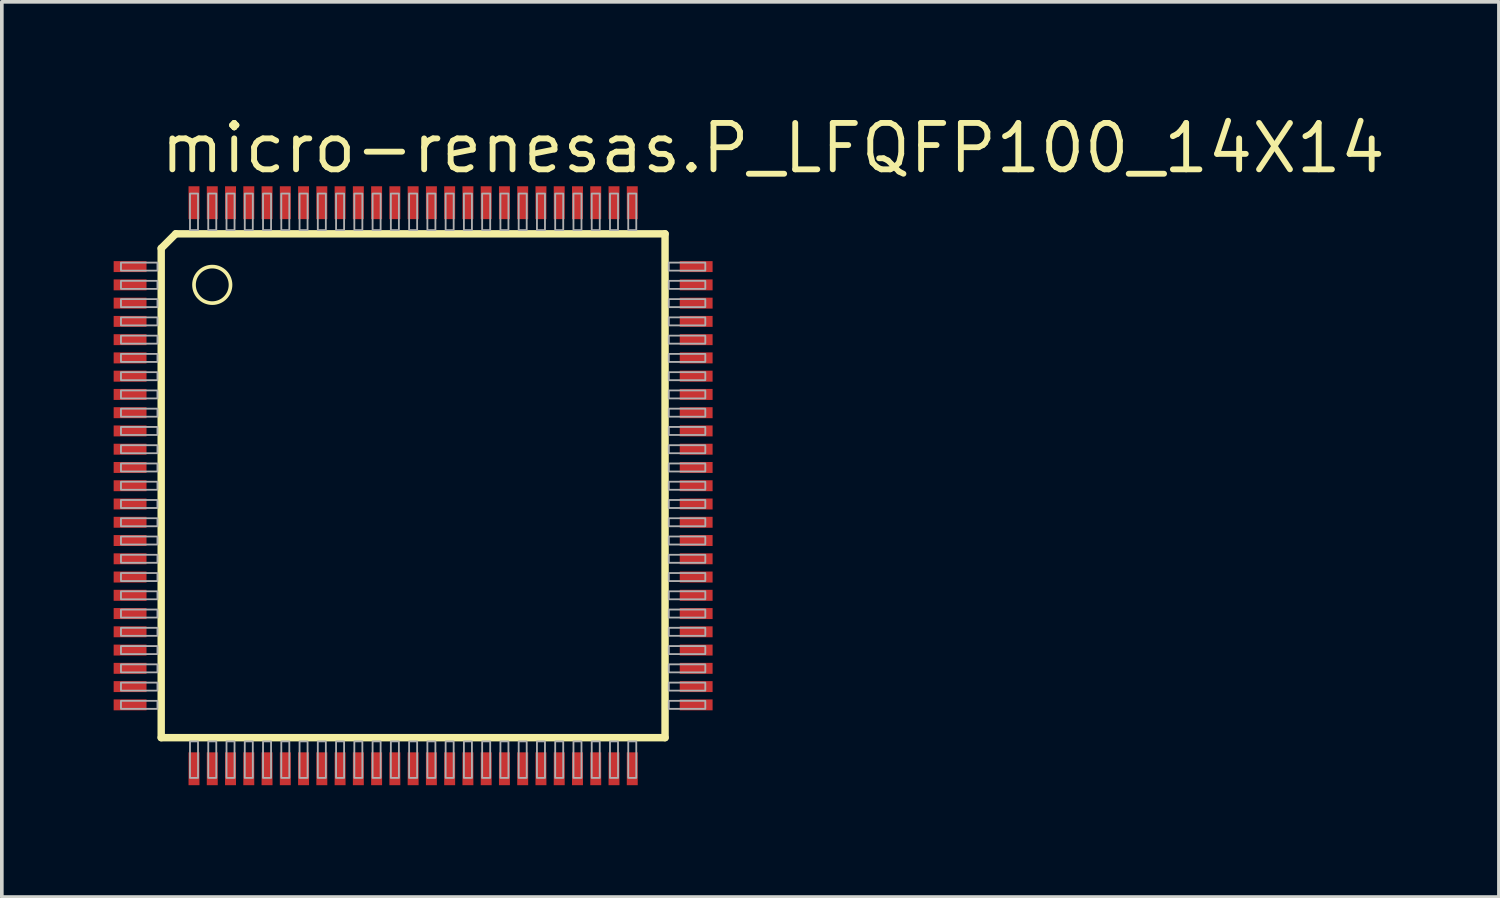
<source format=kicad_pcb>
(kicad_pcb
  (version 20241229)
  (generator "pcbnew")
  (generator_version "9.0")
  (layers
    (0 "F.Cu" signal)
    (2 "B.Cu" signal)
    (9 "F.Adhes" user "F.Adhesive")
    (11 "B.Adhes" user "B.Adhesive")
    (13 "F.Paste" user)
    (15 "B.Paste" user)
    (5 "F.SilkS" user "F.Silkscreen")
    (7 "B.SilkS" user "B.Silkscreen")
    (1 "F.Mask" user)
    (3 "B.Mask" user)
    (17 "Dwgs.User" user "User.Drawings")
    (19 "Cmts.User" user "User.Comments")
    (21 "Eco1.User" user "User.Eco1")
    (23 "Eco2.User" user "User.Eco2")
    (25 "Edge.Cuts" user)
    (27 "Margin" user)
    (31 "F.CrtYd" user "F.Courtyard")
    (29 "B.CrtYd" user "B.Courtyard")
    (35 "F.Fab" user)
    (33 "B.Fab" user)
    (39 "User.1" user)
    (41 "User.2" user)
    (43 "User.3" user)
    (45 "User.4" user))
  (footprint "micro-renesas.P_LFQFP100_14X14"
    (layer "F.Cu")
    (at 8.262 10.25)
    (property "Reference" "micro-renesas.P_LFQFP100_14X14" (at -7 -8.5 0) (layer "F.SilkS") (effects (font (size 1.27 1.27) (thickness 0.16)) (justify left bottom)))
    (attr smd)
    (fp_rect (start -8.238 -5.838) (end -7.263 -6.162) (stroke (width 0.05) (type default)) (fill yes) (layer "F.Mask"))
    (fp_rect (start -8.238 -5.338) (end -7.263 -5.662) (stroke (width 0.05) (type default)) (fill yes) (layer "F.Mask"))
    (fp_rect (start -8.238 -4.838) (end -7.263 -5.162) (stroke (width 0.05) (type default)) (fill yes) (layer "F.Mask"))
    (fp_rect (start -8.238 -4.338) (end -7.263 -4.662) (stroke (width 0.05) (type default)) (fill yes) (layer "F.Mask"))
    (fp_rect (start -8.238 -3.837) (end -7.263 -4.162) (stroke (width 0.05) (type default)) (fill yes) (layer "F.Mask"))
    (fp_rect (start -8.238 -3.337) (end -7.263 -3.663) (stroke (width 0.05) (type default)) (fill yes) (layer "F.Mask"))
    (fp_rect (start -8.238 -2.837) (end -7.263 -3.163) (stroke (width 0.05) (type default)) (fill yes) (layer "F.Mask"))
    (fp_rect (start -8.238 -2.337) (end -7.263 -2.663) (stroke (width 0.05) (type default)) (fill yes) (layer "F.Mask"))
    (fp_rect (start -8.238 -1.837) (end -7.263 -2.163) (stroke (width 0.05) (type default)) (fill yes) (layer "F.Mask"))
    (fp_rect (start -8.238 -1.337) (end -7.263 -1.663) (stroke (width 0.05) (type default)) (fill yes) (layer "F.Mask"))
    (fp_rect (start -8.238 -0.838) (end -7.263 -1.163) (stroke (width 0.05) (type default)) (fill yes) (layer "F.Mask"))
    (fp_rect (start -8.238 -0.338) (end -7.263 -0.662) (stroke (width 0.05) (type default)) (fill yes) (layer "F.Mask"))
    (fp_rect (start -8.238 0.163) (end -7.263 -0.163) (stroke (width 0.05) (type default)) (fill yes) (layer "F.Mask"))
    (fp_rect (start -8.238 0.662) (end -7.263 0.338) (stroke (width 0.05) (type default)) (fill yes) (layer "F.Mask"))
    (fp_rect (start -8.238 1.163) (end -7.263 0.838) (stroke (width 0.05) (type default)) (fill yes) (layer "F.Mask"))
    (fp_rect (start -8.238 1.663) (end -7.263 1.337) (stroke (width 0.05) (type default)) (fill yes) (layer "F.Mask"))
    (fp_rect (start -8.238 2.163) (end -7.263 1.837) (stroke (width 0.05) (type default)) (fill yes) (layer "F.Mask"))
    (fp_rect (start -8.238 2.663) (end -7.263 2.337) (stroke (width 0.05) (type default)) (fill yes) (layer "F.Mask"))
    (fp_rect (start -8.238 3.163) (end -7.263 2.837) (stroke (width 0.05) (type default)) (fill yes) (layer "F.Mask"))
    (fp_rect (start -8.238 3.663) (end -7.263 3.337) (stroke (width 0.05) (type default)) (fill yes) (layer "F.Mask"))
    (fp_rect (start -8.238 4.162) (end -7.263 3.837) (stroke (width 0.05) (type default)) (fill yes) (layer "F.Mask"))
    (fp_rect (start -8.238 4.662) (end -7.263 4.338) (stroke (width 0.05) (type default)) (fill yes) (layer "F.Mask"))
    (fp_rect (start -8.238 5.162) (end -7.263 4.838) (stroke (width 0.05) (type default)) (fill yes) (layer "F.Mask"))
    (fp_rect (start -8.238 5.662) (end -7.263 5.338) (stroke (width 0.05) (type default)) (fill yes) (layer "F.Mask"))
    (fp_rect (start -8.238 6.162) (end -7.263 5.838) (stroke (width 0.05) (type default)) (fill yes) (layer "F.Mask"))
    (fp_rect (start -6.162 -7.263) (end -5.838 -8.238) (stroke (width 0.05) (type default)) (fill yes) (layer "F.Mask"))
    (fp_rect (start -6.162 8.238) (end -5.838 7.263) (stroke (width 0.05) (type default)) (fill yes) (layer "F.Mask"))
    (fp_rect (start -5.662 -7.263) (end -5.338 -8.238) (stroke (width 0.05) (type default)) (fill yes) (layer "F.Mask"))
    (fp_rect (start -5.662 8.238) (end -5.338 7.263) (stroke (width 0.05) (type default)) (fill yes) (layer "F.Mask"))
    (fp_rect (start -5.162 -7.263) (end -4.838 -8.238) (stroke (width 0.05) (type default)) (fill yes) (layer "F.Mask"))
    (fp_rect (start -5.162 8.238) (end -4.838 7.263) (stroke (width 0.05) (type default)) (fill yes) (layer "F.Mask"))
    (fp_rect (start -4.662 -7.263) (end -4.338 -8.238) (stroke (width 0.05) (type default)) (fill yes) (layer "F.Mask"))
    (fp_rect (start -4.662 8.238) (end -4.338 7.263) (stroke (width 0.05) (type default)) (fill yes) (layer "F.Mask"))
    (fp_rect (start -4.162 -7.263) (end -3.837 -8.238) (stroke (width 0.05) (type default)) (fill yes) (layer "F.Mask"))
    (fp_rect (start -4.162 8.238) (end -3.837 7.263) (stroke (width 0.05) (type default)) (fill yes) (layer "F.Mask"))
    (fp_rect (start -3.663 -7.263) (end -3.337 -8.238) (stroke (width 0.05) (type default)) (fill yes) (layer "F.Mask"))
    (fp_rect (start -3.663 8.238) (end -3.337 7.263) (stroke (width 0.05) (type default)) (fill yes) (layer "F.Mask"))
    (fp_rect (start -3.163 -7.263) (end -2.837 -8.238) (stroke (width 0.05) (type default)) (fill yes) (layer "F.Mask"))
    (fp_rect (start -3.163 8.238) (end -2.837 7.263) (stroke (width 0.05) (type default)) (fill yes) (layer "F.Mask"))
    (fp_rect (start -2.663 -7.263) (end -2.337 -8.238) (stroke (width 0.05) (type default)) (fill yes) (layer "F.Mask"))
    (fp_rect (start -2.663 8.238) (end -2.337 7.263) (stroke (width 0.05) (type default)) (fill yes) (layer "F.Mask"))
    (fp_rect (start -2.163 -7.263) (end -1.837 -8.238) (stroke (width 0.05) (type default)) (fill yes) (layer "F.Mask"))
    (fp_rect (start -2.163 8.238) (end -1.837 7.263) (stroke (width 0.05) (type default)) (fill yes) (layer "F.Mask"))
    (fp_rect (start -1.663 -7.263) (end -1.337 -8.238) (stroke (width 0.05) (type default)) (fill yes) (layer "F.Mask"))
    (fp_rect (start -1.663 8.238) (end -1.337 7.263) (stroke (width 0.05) (type default)) (fill yes) (layer "F.Mask"))
    (fp_rect (start -1.163 -7.263) (end -0.838 -8.238) (stroke (width 0.05) (type default)) (fill yes) (layer "F.Mask"))
    (fp_rect (start -1.163 8.238) (end -0.838 7.263) (stroke (width 0.05) (type default)) (fill yes) (layer "F.Mask"))
    (fp_rect (start -0.662 -7.263) (end -0.338 -8.238) (stroke (width 0.05) (type default)) (fill yes) (layer "F.Mask"))
    (fp_rect (start -0.662 8.238) (end -0.338 7.263) (stroke (width 0.05) (type default)) (fill yes) (layer "F.Mask"))
    (fp_rect (start -0.163 -7.263) (end 0.163 -8.238) (stroke (width 0.05) (type default)) (fill yes) (layer "F.Mask"))
    (fp_rect (start -0.163 8.238) (end 0.163 7.263) (stroke (width 0.05) (type default)) (fill yes) (layer "F.Mask"))
    (fp_rect (start 0.338 -7.263) (end 0.662 -8.238) (stroke (width 0.05) (type default)) (fill yes) (layer "F.Mask"))
    (fp_rect (start 0.338 8.238) (end 0.662 7.263) (stroke (width 0.05) (type default)) (fill yes) (layer "F.Mask"))
    (fp_rect (start 0.838 -7.263) (end 1.163 -8.238) (stroke (width 0.05) (type default)) (fill yes) (layer "F.Mask"))
    (fp_rect (start 0.838 8.238) (end 1.163 7.263) (stroke (width 0.05) (type default)) (fill yes) (layer "F.Mask"))
    (fp_rect (start 1.337 -7.263) (end 1.663 -8.238) (stroke (width 0.05) (type default)) (fill yes) (layer "F.Mask"))
    (fp_rect (start 1.337 8.238) (end 1.663 7.263) (stroke (width 0.05) (type default)) (fill yes) (layer "F.Mask"))
    (fp_rect (start 1.837 -7.263) (end 2.163 -8.238) (stroke (width 0.05) (type default)) (fill yes) (layer "F.Mask"))
    (fp_rect (start 1.837 8.238) (end 2.163 7.263) (stroke (width 0.05) (type default)) (fill yes) (layer "F.Mask"))
    (fp_rect (start 2.337 -7.263) (end 2.663 -8.238) (stroke (width 0.05) (type default)) (fill yes) (layer "F.Mask"))
    (fp_rect (start 2.337 8.238) (end 2.663 7.263) (stroke (width 0.05) (type default)) (fill yes) (layer "F.Mask"))
    (fp_rect (start 2.837 -7.263) (end 3.163 -8.238) (stroke (width 0.05) (type default)) (fill yes) (layer "F.Mask"))
    (fp_rect (start 2.837 8.238) (end 3.163 7.263) (stroke (width 0.05) (type default)) (fill yes) (layer "F.Mask"))
    (fp_rect (start 3.337 -7.263) (end 3.663 -8.238) (stroke (width 0.05) (type default)) (fill yes) (layer "F.Mask"))
    (fp_rect (start 3.337 8.238) (end 3.663 7.263) (stroke (width 0.05) (type default)) (fill yes) (layer "F.Mask"))
    (fp_rect (start 3.837 -7.263) (end 4.162 -8.238) (stroke (width 0.05) (type default)) (fill yes) (layer "F.Mask"))
    (fp_rect (start 3.837 8.238) (end 4.162 7.263) (stroke (width 0.05) (type default)) (fill yes) (layer "F.Mask"))
    (fp_rect (start 4.338 -7.263) (end 4.662 -8.238) (stroke (width 0.05) (type default)) (fill yes) (layer "F.Mask"))
    (fp_rect (start 4.338 8.238) (end 4.662 7.263) (stroke (width 0.05) (type default)) (fill yes) (layer "F.Mask"))
    (fp_rect (start 4.838 -7.263) (end 5.162 -8.238) (stroke (width 0.05) (type default)) (fill yes) (layer "F.Mask"))
    (fp_rect (start 4.838 8.238) (end 5.162 7.263) (stroke (width 0.05) (type default)) (fill yes) (layer "F.Mask"))
    (fp_rect (start 5.338 -7.263) (end 5.662 -8.238) (stroke (width 0.05) (type default)) (fill yes) (layer "F.Mask"))
    (fp_rect (start 5.338 8.238) (end 5.662 7.263) (stroke (width 0.05) (type default)) (fill yes) (layer "F.Mask"))
    (fp_rect (start 5.838 -7.263) (end 6.162 -8.238) (stroke (width 0.05) (type default)) (fill yes) (layer "F.Mask"))
    (fp_rect (start 5.838 8.238) (end 6.162 7.263) (stroke (width 0.05) (type default)) (fill yes) (layer "F.Mask"))
    (fp_rect (start 7.263 -5.838) (end 8.238 -6.162) (stroke (width 0.05) (type default)) (fill yes) (layer "F.Mask"))
    (fp_rect (start 7.263 -5.338) (end 8.238 -5.662) (stroke (width 0.05) (type default)) (fill yes) (layer "F.Mask"))
    (fp_rect (start 7.263 -4.838) (end 8.238 -5.162) (stroke (width 0.05) (type default)) (fill yes) (layer "F.Mask"))
    (fp_rect (start 7.263 -4.338) (end 8.238 -4.662) (stroke (width 0.05) (type default)) (fill yes) (layer "F.Mask"))
    (fp_rect (start 7.263 -3.837) (end 8.238 -4.162) (stroke (width 0.05) (type default)) (fill yes) (layer "F.Mask"))
    (fp_rect (start 7.263 -3.337) (end 8.238 -3.663) (stroke (width 0.05) (type default)) (fill yes) (layer "F.Mask"))
    (fp_rect (start 7.263 -2.837) (end 8.238 -3.163) (stroke (width 0.05) (type default)) (fill yes) (layer "F.Mask"))
    (fp_rect (start 7.263 -2.337) (end 8.238 -2.663) (stroke (width 0.05) (type default)) (fill yes) (layer "F.Mask"))
    (fp_rect (start 7.263 -1.837) (end 8.238 -2.163) (stroke (width 0.05) (type default)) (fill yes) (layer "F.Mask"))
    (fp_rect (start 7.263 -1.337) (end 8.238 -1.663) (stroke (width 0.05) (type default)) (fill yes) (layer "F.Mask"))
    (fp_rect (start 7.263 -0.838) (end 8.238 -1.163) (stroke (width 0.05) (type default)) (fill yes) (layer "F.Mask"))
    (fp_rect (start 7.263 -0.338) (end 8.238 -0.662) (stroke (width 0.05) (type default)) (fill yes) (layer "F.Mask"))
    (fp_rect (start 7.263 0.163) (end 8.238 -0.163) (stroke (width 0.05) (type default)) (fill yes) (layer "F.Mask"))
    (fp_rect (start 7.263 0.662) (end 8.238 0.338) (stroke (width 0.05) (type default)) (fill yes) (layer "F.Mask"))
    (fp_rect (start 7.263 1.163) (end 8.238 0.838) (stroke (width 0.05) (type default)) (fill yes) (layer "F.Mask"))
    (fp_rect (start 7.263 1.663) (end 8.238 1.337) (stroke (width 0.05) (type default)) (fill yes) (layer "F.Mask"))
    (fp_rect (start 7.263 2.163) (end 8.238 1.837) (stroke (width 0.05) (type default)) (fill yes) (layer "F.Mask"))
    (fp_rect (start 7.263 2.663) (end 8.238 2.337) (stroke (width 0.05) (type default)) (fill yes) (layer "F.Mask"))
    (fp_rect (start 7.263 3.163) (end 8.238 2.837) (stroke (width 0.05) (type default)) (fill yes) (layer "F.Mask"))
    (fp_rect (start 7.263 3.663) (end 8.238 3.337) (stroke (width 0.05) (type default)) (fill yes) (layer "F.Mask"))
    (fp_rect (start 7.263 4.162) (end 8.238 3.837) (stroke (width 0.05) (type default)) (fill yes) (layer "F.Mask"))
    (fp_rect (start 7.263 4.662) (end 8.238 4.338) (stroke (width 0.05) (type default)) (fill yes) (layer "F.Mask"))
    (fp_rect (start 7.263 5.162) (end 8.238 4.838) (stroke (width 0.05) (type default)) (fill yes) (layer "F.Mask"))
    (fp_rect (start 7.263 5.662) (end 8.238 5.338) (stroke (width 0.05) (type default)) (fill yes) (layer "F.Mask"))
    (fp_rect (start 7.263 6.162) (end 8.238 5.838) (stroke (width 0.05) (type default)) (fill yes) (layer "F.Mask"))
    (fp_line (start -6.898 -6.5) (end -6.898 6.898) (stroke (width 0.203) (type default)) (layer "F.SilkS"))
    (fp_line (start -6.898 6.898) (end 6.898 6.898) (stroke (width 0.203) (type default)) (layer "F.SilkS"))
    (fp_line (start -6.5 -6.898) (end -6.898 -6.5) (stroke (width 0.203) (type default)) (layer "F.SilkS"))
    (fp_line (start 6.898 -6.898) (end -6.5 -6.898) (stroke (width 0.203) (type default)) (layer "F.SilkS"))
    (fp_line (start 6.898 6.898) (end 6.898 -6.898) (stroke (width 0.203) (type default)) (layer "F.SilkS"))
    (fp_circle (center -5.5 -5.5) (end -5 -5.5) (stroke (width 0.1) (type default)) (fill no) (layer "F.SilkS"))
    (fp_rect (start -8.175 -5.862) (end -7.325 -6.138) (stroke (width 0.05) (type default)) (fill yes) (layer "F.Paste"))
    (fp_rect (start -8.175 -5.362) (end -7.325 -5.638) (stroke (width 0.05) (type default)) (fill yes) (layer "F.Paste"))
    (fp_rect (start -8.175 -4.862) (end -7.325 -5.138) (stroke (width 0.05) (type default)) (fill yes) (layer "F.Paste"))
    (fp_rect (start -8.175 -4.362) (end -7.325 -4.638) (stroke (width 0.05) (type default)) (fill yes) (layer "F.Paste"))
    (fp_rect (start -8.175 -3.862) (end -7.325 -4.138) (stroke (width 0.05) (type default)) (fill yes) (layer "F.Paste"))
    (fp_rect (start -8.175 -3.362) (end -7.325 -3.638) (stroke (width 0.05) (type default)) (fill yes) (layer "F.Paste"))
    (fp_rect (start -8.175 -2.862) (end -7.325 -3.138) (stroke (width 0.05) (type default)) (fill yes) (layer "F.Paste"))
    (fp_rect (start -8.175 -2.362) (end -7.325 -2.638) (stroke (width 0.05) (type default)) (fill yes) (layer "F.Paste"))
    (fp_rect (start -8.175 -1.863) (end -7.325 -2.138) (stroke (width 0.05) (type default)) (fill yes) (layer "F.Paste"))
    (fp_rect (start -8.175 -1.363) (end -7.325 -1.637) (stroke (width 0.05) (type default)) (fill yes) (layer "F.Paste"))
    (fp_rect (start -8.175 -0.863) (end -7.325 -1.137) (stroke (width 0.05) (type default)) (fill yes) (layer "F.Paste"))
    (fp_rect (start -8.175 -0.362) (end -7.325 -0.637) (stroke (width 0.05) (type default)) (fill yes) (layer "F.Paste"))
    (fp_rect (start -8.175 0.138) (end -7.325 -0.138) (stroke (width 0.05) (type default)) (fill yes) (layer "F.Paste"))
    (fp_rect (start -8.175 0.637) (end -7.325 0.362) (stroke (width 0.05) (type default)) (fill yes) (layer "F.Paste"))
    (fp_rect (start -8.175 1.137) (end -7.325 0.863) (stroke (width 0.05) (type default)) (fill yes) (layer "F.Paste"))
    (fp_rect (start -8.175 1.637) (end -7.325 1.363) (stroke (width 0.05) (type default)) (fill yes) (layer "F.Paste"))
    (fp_rect (start -8.175 2.138) (end -7.325 1.863) (stroke (width 0.05) (type default)) (fill yes) (layer "F.Paste"))
    (fp_rect (start -8.175 2.638) (end -7.325 2.362) (stroke (width 0.05) (type default)) (fill yes) (layer "F.Paste"))
    (fp_rect (start -8.175 3.138) (end -7.325 2.862) (stroke (width 0.05) (type default)) (fill yes) (layer "F.Paste"))
    (fp_rect (start -8.175 3.638) (end -7.325 3.362) (stroke (width 0.05) (type default)) (fill yes) (layer "F.Paste"))
    (fp_rect (start -8.175 4.138) (end -7.325 3.862) (stroke (width 0.05) (type default)) (fill yes) (layer "F.Paste"))
    (fp_rect (start -8.175 4.638) (end -7.325 4.362) (stroke (width 0.05) (type default)) (fill yes) (layer "F.Paste"))
    (fp_rect (start -8.175 5.138) (end -7.325 4.862) (stroke (width 0.05) (type default)) (fill yes) (layer "F.Paste"))
    (fp_rect (start -8.175 5.638) (end -7.325 5.362) (stroke (width 0.05) (type default)) (fill yes) (layer "F.Paste"))
    (fp_rect (start -8.175 6.138) (end -7.325 5.862) (stroke (width 0.05) (type default)) (fill yes) (layer "F.Paste"))
    (fp_rect (start -6.138 -7.325) (end -5.862 -8.175) (stroke (width 0.05) (type default)) (fill yes) (layer "F.Paste"))
    (fp_rect (start -6.138 8.175) (end -5.862 7.325) (stroke (width 0.05) (type default)) (fill yes) (layer "F.Paste"))
    (fp_rect (start -5.638 -7.325) (end -5.362 -8.175) (stroke (width 0.05) (type default)) (fill yes) (layer "F.Paste"))
    (fp_rect (start -5.638 8.175) (end -5.362 7.325) (stroke (width 0.05) (type default)) (fill yes) (layer "F.Paste"))
    (fp_rect (start -5.138 -7.325) (end -4.862 -8.175) (stroke (width 0.05) (type default)) (fill yes) (layer "F.Paste"))
    (fp_rect (start -5.138 8.175) (end -4.862 7.325) (stroke (width 0.05) (type default)) (fill yes) (layer "F.Paste"))
    (fp_rect (start -4.638 -7.325) (end -4.362 -8.175) (stroke (width 0.05) (type default)) (fill yes) (layer "F.Paste"))
    (fp_rect (start -4.638 8.175) (end -4.362 7.325) (stroke (width 0.05) (type default)) (fill yes) (layer "F.Paste"))
    (fp_rect (start -4.138 -7.325) (end -3.862 -8.175) (stroke (width 0.05) (type default)) (fill yes) (layer "F.Paste"))
    (fp_rect (start -4.138 8.175) (end -3.862 7.325) (stroke (width 0.05) (type default)) (fill yes) (layer "F.Paste"))
    (fp_rect (start -3.638 -7.325) (end -3.362 -8.175) (stroke (width 0.05) (type default)) (fill yes) (layer "F.Paste"))
    (fp_rect (start -3.638 8.175) (end -3.362 7.325) (stroke (width 0.05) (type default)) (fill yes) (layer "F.Paste"))
    (fp_rect (start -3.138 -7.325) (end -2.862 -8.175) (stroke (width 0.05) (type default)) (fill yes) (layer "F.Paste"))
    (fp_rect (start -3.138 8.175) (end -2.862 7.325) (stroke (width 0.05) (type default)) (fill yes) (layer "F.Paste"))
    (fp_rect (start -2.638 -7.325) (end -2.362 -8.175) (stroke (width 0.05) (type default)) (fill yes) (layer "F.Paste"))
    (fp_rect (start -2.638 8.175) (end -2.362 7.325) (stroke (width 0.05) (type default)) (fill yes) (layer "F.Paste"))
    (fp_rect (start -2.138 -7.325) (end -1.863 -8.175) (stroke (width 0.05) (type default)) (fill yes) (layer "F.Paste"))
    (fp_rect (start -2.138 8.175) (end -1.863 7.325) (stroke (width 0.05) (type default)) (fill yes) (layer "F.Paste"))
    (fp_rect (start -1.637 -7.325) (end -1.363 -8.175) (stroke (width 0.05) (type default)) (fill yes) (layer "F.Paste"))
    (fp_rect (start -1.637 8.175) (end -1.363 7.325) (stroke (width 0.05) (type default)) (fill yes) (layer "F.Paste"))
    (fp_rect (start -1.137 -7.325) (end -0.863 -8.175) (stroke (width 0.05) (type default)) (fill yes) (layer "F.Paste"))
    (fp_rect (start -1.137 8.175) (end -0.863 7.325) (stroke (width 0.05) (type default)) (fill yes) (layer "F.Paste"))
    (fp_rect (start -0.637 -7.325) (end -0.362 -8.175) (stroke (width 0.05) (type default)) (fill yes) (layer "F.Paste"))
    (fp_rect (start -0.637 8.175) (end -0.362 7.325) (stroke (width 0.05) (type default)) (fill yes) (layer "F.Paste"))
    (fp_rect (start -0.138 -7.325) (end 0.138 -8.175) (stroke (width 0.05) (type default)) (fill yes) (layer "F.Paste"))
    (fp_rect (start -0.138 8.175) (end 0.138 7.325) (stroke (width 0.05) (type default)) (fill yes) (layer "F.Paste"))
    (fp_rect (start 0.362 -7.325) (end 0.637 -8.175) (stroke (width 0.05) (type default)) (fill yes) (layer "F.Paste"))
    (fp_rect (start 0.362 8.175) (end 0.637 7.325) (stroke (width 0.05) (type default)) (fill yes) (layer "F.Paste"))
    (fp_rect (start 0.863 -7.325) (end 1.137 -8.175) (stroke (width 0.05) (type default)) (fill yes) (layer "F.Paste"))
    (fp_rect (start 0.863 8.175) (end 1.137 7.325) (stroke (width 0.05) (type default)) (fill yes) (layer "F.Paste"))
    (fp_rect (start 1.363 -7.325) (end 1.637 -8.175) (stroke (width 0.05) (type default)) (fill yes) (layer "F.Paste"))
    (fp_rect (start 1.363 8.175) (end 1.637 7.325) (stroke (width 0.05) (type default)) (fill yes) (layer "F.Paste"))
    (fp_rect (start 1.863 -7.325) (end 2.138 -8.175) (stroke (width 0.05) (type default)) (fill yes) (layer "F.Paste"))
    (fp_rect (start 1.863 8.175) (end 2.138 7.325) (stroke (width 0.05) (type default)) (fill yes) (layer "F.Paste"))
    (fp_rect (start 2.362 -7.325) (end 2.638 -8.175) (stroke (width 0.05) (type default)) (fill yes) (layer "F.Paste"))
    (fp_rect (start 2.362 8.175) (end 2.638 7.325) (stroke (width 0.05) (type default)) (fill yes) (layer "F.Paste"))
    (fp_rect (start 2.862 -7.325) (end 3.138 -8.175) (stroke (width 0.05) (type default)) (fill yes) (layer "F.Paste"))
    (fp_rect (start 2.862 8.175) (end 3.138 7.325) (stroke (width 0.05) (type default)) (fill yes) (layer "F.Paste"))
    (fp_rect (start 3.362 -7.325) (end 3.638 -8.175) (stroke (width 0.05) (type default)) (fill yes) (layer "F.Paste"))
    (fp_rect (start 3.362 8.175) (end 3.638 7.325) (stroke (width 0.05) (type default)) (fill yes) (layer "F.Paste"))
    (fp_rect (start 3.862 -7.325) (end 4.138 -8.175) (stroke (width 0.05) (type default)) (fill yes) (layer "F.Paste"))
    (fp_rect (start 3.862 8.175) (end 4.138 7.325) (stroke (width 0.05) (type default)) (fill yes) (layer "F.Paste"))
    (fp_rect (start 4.362 -7.325) (end 4.638 -8.175) (stroke (width 0.05) (type default)) (fill yes) (layer "F.Paste"))
    (fp_rect (start 4.362 8.175) (end 4.638 7.325) (stroke (width 0.05) (type default)) (fill yes) (layer "F.Paste"))
    (fp_rect (start 4.862 -7.325) (end 5.138 -8.175) (stroke (width 0.05) (type default)) (fill yes) (layer "F.Paste"))
    (fp_rect (start 4.862 8.175) (end 5.138 7.325) (stroke (width 0.05) (type default)) (fill yes) (layer "F.Paste"))
    (fp_rect (start 5.362 -7.325) (end 5.638 -8.175) (stroke (width 0.05) (type default)) (fill yes) (layer "F.Paste"))
    (fp_rect (start 5.362 8.175) (end 5.638 7.325) (stroke (width 0.05) (type default)) (fill yes) (layer "F.Paste"))
    (fp_rect (start 5.862 -7.325) (end 6.138 -8.175) (stroke (width 0.05) (type default)) (fill yes) (layer "F.Paste"))
    (fp_rect (start 5.862 8.175) (end 6.138 7.325) (stroke (width 0.05) (type default)) (fill yes) (layer "F.Paste"))
    (fp_rect (start 7.325 -5.862) (end 8.175 -6.138) (stroke (width 0.05) (type default)) (fill yes) (layer "F.Paste"))
    (fp_rect (start 7.325 -5.362) (end 8.175 -5.638) (stroke (width 0.05) (type default)) (fill yes) (layer "F.Paste"))
    (fp_rect (start 7.325 -4.862) (end 8.175 -5.138) (stroke (width 0.05) (type default)) (fill yes) (layer "F.Paste"))
    (fp_rect (start 7.325 -4.362) (end 8.175 -4.638) (stroke (width 0.05) (type default)) (fill yes) (layer "F.Paste"))
    (fp_rect (start 7.325 -3.862) (end 8.175 -4.138) (stroke (width 0.05) (type default)) (fill yes) (layer "F.Paste"))
    (fp_rect (start 7.325 -3.362) (end 8.175 -3.638) (stroke (width 0.05) (type default)) (fill yes) (layer "F.Paste"))
    (fp_rect (start 7.325 -2.862) (end 8.175 -3.138) (stroke (width 0.05) (type default)) (fill yes) (layer "F.Paste"))
    (fp_rect (start 7.325 -2.362) (end 8.175 -2.638) (stroke (width 0.05) (type default)) (fill yes) (layer "F.Paste"))
    (fp_rect (start 7.325 -1.863) (end 8.175 -2.138) (stroke (width 0.05) (type default)) (fill yes) (layer "F.Paste"))
    (fp_rect (start 7.325 -1.363) (end 8.175 -1.637) (stroke (width 0.05) (type default)) (fill yes) (layer "F.Paste"))
    (fp_rect (start 7.325 -0.863) (end 8.175 -1.137) (stroke (width 0.05) (type default)) (fill yes) (layer "F.Paste"))
    (fp_rect (start 7.325 -0.362) (end 8.175 -0.637) (stroke (width 0.05) (type default)) (fill yes) (layer "F.Paste"))
    (fp_rect (start 7.325 0.138) (end 8.175 -0.138) (stroke (width 0.05) (type default)) (fill yes) (layer "F.Paste"))
    (fp_rect (start 7.325 0.637) (end 8.175 0.362) (stroke (width 0.05) (type default)) (fill yes) (layer "F.Paste"))
    (fp_rect (start 7.325 1.137) (end 8.175 0.863) (stroke (width 0.05) (type default)) (fill yes) (layer "F.Paste"))
    (fp_rect (start 7.325 1.637) (end 8.175 1.363) (stroke (width 0.05) (type default)) (fill yes) (layer "F.Paste"))
    (fp_rect (start 7.325 2.138) (end 8.175 1.863) (stroke (width 0.05) (type default)) (fill yes) (layer "F.Paste"))
    (fp_rect (start 7.325 2.638) (end 8.175 2.362) (stroke (width 0.05) (type default)) (fill yes) (layer "F.Paste"))
    (fp_rect (start 7.325 3.138) (end 8.175 2.862) (stroke (width 0.05) (type default)) (fill yes) (layer "F.Paste"))
    (fp_rect (start 7.325 3.638) (end 8.175 3.362) (stroke (width 0.05) (type default)) (fill yes) (layer "F.Paste"))
    (fp_rect (start 7.325 4.138) (end 8.175 3.862) (stroke (width 0.05) (type default)) (fill yes) (layer "F.Paste"))
    (fp_rect (start 7.325 4.638) (end 8.175 4.362) (stroke (width 0.05) (type default)) (fill yes) (layer "F.Paste"))
    (fp_rect (start 7.325 5.138) (end 8.175 4.862) (stroke (width 0.05) (type default)) (fill yes) (layer "F.Paste"))
    (fp_rect (start 7.325 5.638) (end 8.175 5.362) (stroke (width 0.05) (type default)) (fill yes) (layer "F.Paste"))
    (fp_rect (start 7.325 6.138) (end 8.175 5.862) (stroke (width 0.05) (type default)) (fill yes) (layer "F.Paste"))
    (fp_rect (start -8 -5.89) (end -7 -6.11) (stroke (width 0.05) (type default)) (fill no) (layer "F.Fab"))
    (fp_rect (start -8 -5.39) (end -7 -5.61) (stroke (width 0.05) (type default)) (fill no) (layer "F.Fab"))
    (fp_rect (start -8 -4.89) (end -7 -5.11) (stroke (width 0.05) (type default)) (fill no) (layer "F.Fab"))
    (fp_rect (start -8 -4.39) (end -7 -4.61) (stroke (width 0.05) (type default)) (fill no) (layer "F.Fab"))
    (fp_rect (start -8 -3.89) (end -7 -4.11) (stroke (width 0.05) (type default)) (fill no) (layer "F.Fab"))
    (fp_rect (start -8 -3.39) (end -7 -3.61) (stroke (width 0.05) (type default)) (fill no) (layer "F.Fab"))
    (fp_rect (start -8 -2.89) (end -7 -3.11) (stroke (width 0.05) (type default)) (fill no) (layer "F.Fab"))
    (fp_rect (start -8 -2.39) (end -7 -2.61) (stroke (width 0.05) (type default)) (fill no) (layer "F.Fab"))
    (fp_rect (start -8 -1.89) (end -7 -2.11) (stroke (width 0.05) (type default)) (fill no) (layer "F.Fab"))
    (fp_rect (start -8 -1.39) (end -7 -1.61) (stroke (width 0.05) (type default)) (fill no) (layer "F.Fab"))
    (fp_rect (start -8 -0.89) (end -7 -1.11) (stroke (width 0.05) (type default)) (fill no) (layer "F.Fab"))
    (fp_rect (start -8 -0.39) (end -7 -0.61) (stroke (width 0.05) (type default)) (fill no) (layer "F.Fab"))
    (fp_rect (start -8 0.11) (end -7 -0.11) (stroke (width 0.05) (type default)) (fill no) (layer "F.Fab"))
    (fp_rect (start -8 0.61) (end -7 0.39) (stroke (width 0.05) (type default)) (fill no) (layer "F.Fab"))
    (fp_rect (start -8 1.11) (end -7 0.89) (stroke (width 0.05) (type default)) (fill no) (layer "F.Fab"))
    (fp_rect (start -8 1.61) (end -7 1.39) (stroke (width 0.05) (type default)) (fill no) (layer "F.Fab"))
    (fp_rect (start -8 2.11) (end -7 1.89) (stroke (width 0.05) (type default)) (fill no) (layer "F.Fab"))
    (fp_rect (start -8 2.61) (end -7 2.39) (stroke (width 0.05) (type default)) (fill no) (layer "F.Fab"))
    (fp_rect (start -8 3.11) (end -7 2.89) (stroke (width 0.05) (type default)) (fill no) (layer "F.Fab"))
    (fp_rect (start -8 3.61) (end -7 3.39) (stroke (width 0.05) (type default)) (fill no) (layer "F.Fab"))
    (fp_rect (start -8 4.11) (end -7 3.89) (stroke (width 0.05) (type default)) (fill no) (layer "F.Fab"))
    (fp_rect (start -8 4.61) (end -7 4.39) (stroke (width 0.05) (type default)) (fill no) (layer "F.Fab"))
    (fp_rect (start -8 5.11) (end -7 4.89) (stroke (width 0.05) (type default)) (fill no) (layer "F.Fab"))
    (fp_rect (start -8 5.61) (end -7 5.39) (stroke (width 0.05) (type default)) (fill no) (layer "F.Fab"))
    (fp_rect (start -8 6.11) (end -7 5.89) (stroke (width 0.05) (type default)) (fill no) (layer "F.Fab"))
    (fp_rect (start -6.11 -7) (end -5.89 -8) (stroke (width 0.05) (type default)) (fill no) (layer "F.Fab"))
    (fp_rect (start -6.11 8) (end -5.89 7) (stroke (width 0.05) (type default)) (fill no) (layer "F.Fab"))
    (fp_rect (start -5.61 -7) (end -5.39 -8) (stroke (width 0.05) (type default)) (fill no) (layer "F.Fab"))
    (fp_rect (start -5.61 8) (end -5.39 7) (stroke (width 0.05) (type default)) (fill no) (layer "F.Fab"))
    (fp_rect (start -5.11 -7) (end -4.89 -8) (stroke (width 0.05) (type default)) (fill no) (layer "F.Fab"))
    (fp_rect (start -5.11 8) (end -4.89 7) (stroke (width 0.05) (type default)) (fill no) (layer "F.Fab"))
    (fp_rect (start -4.61 -7) (end -4.39 -8) (stroke (width 0.05) (type default)) (fill no) (layer "F.Fab"))
    (fp_rect (start -4.61 8) (end -4.39 7) (stroke (width 0.05) (type default)) (fill no) (layer "F.Fab"))
    (fp_rect (start -4.11 -7) (end -3.89 -8) (stroke (width 0.05) (type default)) (fill no) (layer "F.Fab"))
    (fp_rect (start -4.11 8) (end -3.89 7) (stroke (width 0.05) (type default)) (fill no) (layer "F.Fab"))
    (fp_rect (start -3.61 -7) (end -3.39 -8) (stroke (width 0.05) (type default)) (fill no) (layer "F.Fab"))
    (fp_rect (start -3.61 8) (end -3.39 7) (stroke (width 0.05) (type default)) (fill no) (layer "F.Fab"))
    (fp_rect (start -3.11 -7) (end -2.89 -8) (stroke (width 0.05) (type default)) (fill no) (layer "F.Fab"))
    (fp_rect (start -3.11 8) (end -2.89 7) (stroke (width 0.05) (type default)) (fill no) (layer "F.Fab"))
    (fp_rect (start -2.61 -7) (end -2.39 -8) (stroke (width 0.05) (type default)) (fill no) (layer "F.Fab"))
    (fp_rect (start -2.61 8) (end -2.39 7) (stroke (width 0.05) (type default)) (fill no) (layer "F.Fab"))
    (fp_rect (start -2.11 -7) (end -1.89 -8) (stroke (width 0.05) (type default)) (fill no) (layer "F.Fab"))
    (fp_rect (start -2.11 8) (end -1.89 7) (stroke (width 0.05) (type default)) (fill no) (layer "F.Fab"))
    (fp_rect (start -1.61 -7) (end -1.39 -8) (stroke (width 0.05) (type default)) (fill no) (layer "F.Fab"))
    (fp_rect (start -1.61 8) (end -1.39 7) (stroke (width 0.05) (type default)) (fill no) (layer "F.Fab"))
    (fp_rect (start -1.11 -7) (end -0.89 -8) (stroke (width 0.05) (type default)) (fill no) (layer "F.Fab"))
    (fp_rect (start -1.11 8) (end -0.89 7) (stroke (width 0.05) (type default)) (fill no) (layer "F.Fab"))
    (fp_rect (start -0.61 -7) (end -0.39 -8) (stroke (width 0.05) (type default)) (fill no) (layer "F.Fab"))
    (fp_rect (start -0.61 8) (end -0.39 7) (stroke (width 0.05) (type default)) (fill no) (layer "F.Fab"))
    (fp_rect (start -0.11 -7) (end 0.11 -8) (stroke (width 0.05) (type default)) (fill no) (layer "F.Fab"))
    (fp_rect (start -0.11 8) (end 0.11 7) (stroke (width 0.05) (type default)) (fill no) (layer "F.Fab"))
    (fp_rect (start 0.39 -7) (end 0.61 -8) (stroke (width 0.05) (type default)) (fill no) (layer "F.Fab"))
    (fp_rect (start 0.39 8) (end 0.61 7) (stroke (width 0.05) (type default)) (fill no) (layer "F.Fab"))
    (fp_rect (start 0.89 -7) (end 1.11 -8) (stroke (width 0.05) (type default)) (fill no) (layer "F.Fab"))
    (fp_rect (start 0.89 8) (end 1.11 7) (stroke (width 0.05) (type default)) (fill no) (layer "F.Fab"))
    (fp_rect (start 1.39 -7) (end 1.61 -8) (stroke (width 0.05) (type default)) (fill no) (layer "F.Fab"))
    (fp_rect (start 1.39 8) (end 1.61 7) (stroke (width 0.05) (type default)) (fill no) (layer "F.Fab"))
    (fp_rect (start 1.89 -7) (end 2.11 -8) (stroke (width 0.05) (type default)) (fill no) (layer "F.Fab"))
    (fp_rect (start 1.89 8) (end 2.11 7) (stroke (width 0.05) (type default)) (fill no) (layer "F.Fab"))
    (fp_rect (start 2.39 -7) (end 2.61 -8) (stroke (width 0.05) (type default)) (fill no) (layer "F.Fab"))
    (fp_rect (start 2.39 8) (end 2.61 7) (stroke (width 0.05) (type default)) (fill no) (layer "F.Fab"))
    (fp_rect (start 2.89 -7) (end 3.11 -8) (stroke (width 0.05) (type default)) (fill no) (layer "F.Fab"))
    (fp_rect (start 2.89 8) (end 3.11 7) (stroke (width 0.05) (type default)) (fill no) (layer "F.Fab"))
    (fp_rect (start 3.39 -7) (end 3.61 -8) (stroke (width 0.05) (type default)) (fill no) (layer "F.Fab"))
    (fp_rect (start 3.39 8) (end 3.61 7) (stroke (width 0.05) (type default)) (fill no) (layer "F.Fab"))
    (fp_rect (start 3.89 -7) (end 4.11 -8) (stroke (width 0.05) (type default)) (fill no) (layer "F.Fab"))
    (fp_rect (start 3.89 8) (end 4.11 7) (stroke (width 0.05) (type default)) (fill no) (layer "F.Fab"))
    (fp_rect (start 4.39 -7) (end 4.61 -8) (stroke (width 0.05) (type default)) (fill no) (layer "F.Fab"))
    (fp_rect (start 4.39 8) (end 4.61 7) (stroke (width 0.05) (type default)) (fill no) (layer "F.Fab"))
    (fp_rect (start 4.89 -7) (end 5.11 -8) (stroke (width 0.05) (type default)) (fill no) (layer "F.Fab"))
    (fp_rect (start 4.89 8) (end 5.11 7) (stroke (width 0.05) (type default)) (fill no) (layer "F.Fab"))
    (fp_rect (start 5.39 -7) (end 5.61 -8) (stroke (width 0.05) (type default)) (fill no) (layer "F.Fab"))
    (fp_rect (start 5.39 8) (end 5.61 7) (stroke (width 0.05) (type default)) (fill no) (layer "F.Fab"))
    (fp_rect (start 5.89 -7) (end 6.11 -8) (stroke (width 0.05) (type default)) (fill no) (layer "F.Fab"))
    (fp_rect (start 5.89 8) (end 6.11 7) (stroke (width 0.05) (type default)) (fill no) (layer "F.Fab"))
    (fp_rect (start 7 -5.89) (end 8 -6.11) (stroke (width 0.05) (type default)) (fill no) (layer "F.Fab"))
    (fp_rect (start 7 -5.39) (end 8 -5.61) (stroke (width 0.05) (type default)) (fill no) (layer "F.Fab"))
    (fp_rect (start 7 -4.89) (end 8 -5.11) (stroke (width 0.05) (type default)) (fill no) (layer "F.Fab"))
    (fp_rect (start 7 -4.39) (end 8 -4.61) (stroke (width 0.05) (type default)) (fill no) (layer "F.Fab"))
    (fp_rect (start 7 -3.89) (end 8 -4.11) (stroke (width 0.05) (type default)) (fill no) (layer "F.Fab"))
    (fp_rect (start 7 -3.39) (end 8 -3.61) (stroke (width 0.05) (type default)) (fill no) (layer "F.Fab"))
    (fp_rect (start 7 -2.89) (end 8 -3.11) (stroke (width 0.05) (type default)) (fill no) (layer "F.Fab"))
    (fp_rect (start 7 -2.39) (end 8 -2.61) (stroke (width 0.05) (type default)) (fill no) (layer "F.Fab"))
    (fp_rect (start 7 -1.89) (end 8 -2.11) (stroke (width 0.05) (type default)) (fill no) (layer "F.Fab"))
    (fp_rect (start 7 -1.39) (end 8 -1.61) (stroke (width 0.05) (type default)) (fill no) (layer "F.Fab"))
    (fp_rect (start 7 -0.89) (end 8 -1.11) (stroke (width 0.05) (type default)) (fill no) (layer "F.Fab"))
    (fp_rect (start 7 -0.39) (end 8 -0.61) (stroke (width 0.05) (type default)) (fill no) (layer "F.Fab"))
    (fp_rect (start 7 0.11) (end 8 -0.11) (stroke (width 0.05) (type default)) (fill no) (layer "F.Fab"))
    (fp_rect (start 7 0.61) (end 8 0.39) (stroke (width 0.05) (type default)) (fill no) (layer "F.Fab"))
    (fp_rect (start 7 1.11) (end 8 0.89) (stroke (width 0.05) (type default)) (fill no) (layer "F.Fab"))
    (fp_rect (start 7 1.61) (end 8 1.39) (stroke (width 0.05) (type default)) (fill no) (layer "F.Fab"))
    (fp_rect (start 7 2.11) (end 8 1.89) (stroke (width 0.05) (type default)) (fill no) (layer "F.Fab"))
    (fp_rect (start 7 2.61) (end 8 2.39) (stroke (width 0.05) (type default)) (fill no) (layer "F.Fab"))
    (fp_rect (start 7 3.11) (end 8 2.89) (stroke (width 0.05) (type default)) (fill no) (layer "F.Fab"))
    (fp_rect (start 7 3.61) (end 8 3.39) (stroke (width 0.05) (type default)) (fill no) (layer "F.Fab"))
    (fp_rect (start 7 4.11) (end 8 3.89) (stroke (width 0.05) (type default)) (fill no) (layer "F.Fab"))
    (fp_rect (start 7 4.61) (end 8 4.39) (stroke (width 0.05) (type default)) (fill no) (layer "F.Fab"))
    (fp_rect (start 7 5.11) (end 8 4.89) (stroke (width 0.05) (type default)) (fill no) (layer "F.Fab"))
    (fp_rect (start 7 5.61) (end 8 5.39) (stroke (width 0.05) (type default)) (fill no) (layer "F.Fab"))
    (fp_rect (start 7 6.11) (end 8 5.89) (stroke (width 0.05) (type default)) (fill no) (layer "F.Fab"))
    (pad "1" smd roundrect (at -7.75 -6) (size 0.9 0.3) (layers "F.Cu" "F.Mask" "F.Paste") (roundrect_rratio 0.01))
    (pad "2" smd roundrect (at -7.75 -5.5) (size 0.9 0.3) (layers "F.Cu" "F.Mask" "F.Paste") (roundrect_rratio 0.01))
    (pad "3" smd roundrect (at -7.75 -5) (size 0.9 0.3) (layers "F.Cu" "F.Mask" "F.Paste") (roundrect_rratio 0.01))
    (pad "4" smd roundrect (at -7.75 -4.5) (size 0.9 0.3) (layers "F.Cu" "F.Mask" "F.Paste") (roundrect_rratio 0.01))
    (pad "5" smd roundrect (at -7.75 -4) (size 0.9 0.3) (layers "F.Cu" "F.Mask" "F.Paste") (roundrect_rratio 0.01))
    (pad "6" smd roundrect (at -7.75 -3.5) (size 0.9 0.3) (layers "F.Cu" "F.Mask" "F.Paste") (roundrect_rratio 0.01))
    (pad "7" smd roundrect (at -7.75 -3) (size 0.9 0.3) (layers "F.Cu" "F.Mask" "F.Paste") (roundrect_rratio 0.01))
    (pad "8" smd roundrect (at -7.75 -2.5) (size 0.9 0.3) (layers "F.Cu" "F.Mask" "F.Paste") (roundrect_rratio 0.01))
    (pad "9" smd roundrect (at -7.75 -2) (size 0.9 0.3) (layers "F.Cu" "F.Mask" "F.Paste") (roundrect_rratio 0.01))
    (pad "10" smd roundrect (at -7.75 -1.5) (size 0.9 0.3) (layers "F.Cu" "F.Mask" "F.Paste") (roundrect_rratio 0.01))
    (pad "11" smd roundrect (at -7.75 -1) (size 0.9 0.3) (layers "F.Cu" "F.Mask" "F.Paste") (roundrect_rratio 0.01))
    (pad "12" smd roundrect (at -7.75 -0.5) (size 0.9 0.3) (layers "F.Cu" "F.Mask" "F.Paste") (roundrect_rratio 0.01))
    (pad "13" smd roundrect (at -7.75 0) (size 0.9 0.3) (layers "F.Cu" "F.Mask" "F.Paste") (roundrect_rratio 0.01))
    (pad "14" smd roundrect (at -7.75 0.5) (size 0.9 0.3) (layers "F.Cu" "F.Mask" "F.Paste") (roundrect_rratio 0.01))
    (pad "15" smd roundrect (at -7.75 1) (size 0.9 0.3) (layers "F.Cu" "F.Mask" "F.Paste") (roundrect_rratio 0.01))
    (pad "16" smd roundrect (at -7.75 1.5) (size 0.9 0.3) (layers "F.Cu" "F.Mask" "F.Paste") (roundrect_rratio 0.01))
    (pad "17" smd roundrect (at -7.75 2) (size 0.9 0.3) (layers "F.Cu" "F.Mask" "F.Paste") (roundrect_rratio 0.01))
    (pad "18" smd roundrect (at -7.75 2.5) (size 0.9 0.3) (layers "F.Cu" "F.Mask" "F.Paste") (roundrect_rratio 0.01))
    (pad "19" smd roundrect (at -7.75 3) (size 0.9 0.3) (layers "F.Cu" "F.Mask" "F.Paste") (roundrect_rratio 0.01))
    (pad "20" smd roundrect (at -7.75 3.5) (size 0.9 0.3) (layers "F.Cu" "F.Mask" "F.Paste") (roundrect_rratio 0.01))
    (pad "21" smd roundrect (at -7.75 4) (size 0.9 0.3) (layers "F.Cu" "F.Mask" "F.Paste") (roundrect_rratio 0.01))
    (pad "22" smd roundrect (at -7.75 4.5) (size 0.9 0.3) (layers "F.Cu" "F.Mask" "F.Paste") (roundrect_rratio 0.01))
    (pad "23" smd roundrect (at -7.75 5) (size 0.9 0.3) (layers "F.Cu" "F.Mask" "F.Paste") (roundrect_rratio 0.01))
    (pad "24" smd roundrect (at -7.75 5.5) (size 0.9 0.3) (layers "F.Cu" "F.Mask" "F.Paste") (roundrect_rratio 0.01))
    (pad "25" smd roundrect (at -7.75 6) (size 0.9 0.3) (layers "F.Cu" "F.Mask" "F.Paste") (roundrect_rratio 0.01))
    (pad "26" smd roundrect (at -6 7.75) (size 0.3 0.9) (layers "F.Cu" "F.Mask" "F.Paste") (roundrect_rratio 0.01))
    (pad "27" smd roundrect (at -5.5 7.75) (size 0.3 0.9) (layers "F.Cu" "F.Mask" "F.Paste") (roundrect_rratio 0.01))
    (pad "28" smd roundrect (at -5 7.75) (size 0.3 0.9) (layers "F.Cu" "F.Mask" "F.Paste") (roundrect_rratio 0.01))
    (pad "29" smd roundrect (at -4.5 7.75) (size 0.3 0.9) (layers "F.Cu" "F.Mask" "F.Paste") (roundrect_rratio 0.01))
    (pad "30" smd roundrect (at -4 7.75) (size 0.3 0.9) (layers "F.Cu" "F.Mask" "F.Paste") (roundrect_rratio 0.01))
    (pad "31" smd roundrect (at -3.5 7.75) (size 0.3 0.9) (layers "F.Cu" "F.Mask" "F.Paste") (roundrect_rratio 0.01))
    (pad "32" smd roundrect (at -3 7.75) (size 0.3 0.9) (layers "F.Cu" "F.Mask" "F.Paste") (roundrect_rratio 0.01))
    (pad "33" smd roundrect (at -2.5 7.75) (size 0.3 0.9) (layers "F.Cu" "F.Mask" "F.Paste") (roundrect_rratio 0.01))
    (pad "34" smd roundrect (at -2 7.75) (size 0.3 0.9) (layers "F.Cu" "F.Mask" "F.Paste") (roundrect_rratio 0.01))
    (pad "35" smd roundrect (at -1.5 7.75) (size 0.3 0.9) (layers "F.Cu" "F.Mask" "F.Paste") (roundrect_rratio 0.01))
    (pad "36" smd roundrect (at -1 7.75) (size 0.3 0.9) (layers "F.Cu" "F.Mask" "F.Paste") (roundrect_rratio 0.01))
    (pad "37" smd roundrect (at -0.5 7.75) (size 0.3 0.9) (layers "F.Cu" "F.Mask" "F.Paste") (roundrect_rratio 0.01))
    (pad "38" smd roundrect (at 0 7.75) (size 0.3 0.9) (layers "F.Cu" "F.Mask" "F.Paste") (roundrect_rratio 0.01))
    (pad "39" smd roundrect (at 0.5 7.75) (size 0.3 0.9) (layers "F.Cu" "F.Mask" "F.Paste") (roundrect_rratio 0.01))
    (pad "40" smd roundrect (at 1 7.75) (size 0.3 0.9) (layers "F.Cu" "F.Mask" "F.Paste") (roundrect_rratio 0.01))
    (pad "41" smd roundrect (at 1.5 7.75) (size 0.3 0.9) (layers "F.Cu" "F.Mask" "F.Paste") (roundrect_rratio 0.01))
    (pad "42" smd roundrect (at 2 7.75) (size 0.3 0.9) (layers "F.Cu" "F.Mask" "F.Paste") (roundrect_rratio 0.01))
    (pad "43" smd roundrect (at 2.5 7.75) (size 0.3 0.9) (layers "F.Cu" "F.Mask" "F.Paste") (roundrect_rratio 0.01))
    (pad "44" smd roundrect (at 3 7.75) (size 0.3 0.9) (layers "F.Cu" "F.Mask" "F.Paste") (roundrect_rratio 0.01))
    (pad "45" smd roundrect (at 3.5 7.75) (size 0.3 0.9) (layers "F.Cu" "F.Mask" "F.Paste") (roundrect_rratio 0.01))
    (pad "46" smd roundrect (at 4 7.75) (size 0.3 0.9) (layers "F.Cu" "F.Mask" "F.Paste") (roundrect_rratio 0.01))
    (pad "47" smd roundrect (at 4.5 7.75) (size 0.3 0.9) (layers "F.Cu" "F.Mask" "F.Paste") (roundrect_rratio 0.01))
    (pad "48" smd roundrect (at 5 7.75) (size 0.3 0.9) (layers "F.Cu" "F.Mask" "F.Paste") (roundrect_rratio 0.01))
    (pad "49" smd roundrect (at 5.5 7.75) (size 0.3 0.9) (layers "F.Cu" "F.Mask" "F.Paste") (roundrect_rratio 0.01))
    (pad "50" smd roundrect (at 6 7.75) (size 0.3 0.9) (layers "F.Cu" "F.Mask" "F.Paste") (roundrect_rratio 0.01))
    (pad "51" smd roundrect (at 7.75 6) (size 0.9 0.3) (layers "F.Cu" "F.Mask" "F.Paste") (roundrect_rratio 0.01))
    (pad "52" smd roundrect (at 7.75 5.5) (size 0.9 0.3) (layers "F.Cu" "F.Mask" "F.Paste") (roundrect_rratio 0.01))
    (pad "53" smd roundrect (at 7.75 5) (size 0.9 0.3) (layers "F.Cu" "F.Mask" "F.Paste") (roundrect_rratio 0.01))
    (pad "54" smd roundrect (at 7.75 4.5) (size 0.9 0.3) (layers "F.Cu" "F.Mask" "F.Paste") (roundrect_rratio 0.01))
    (pad "55" smd roundrect (at 7.75 4) (size 0.9 0.3) (layers "F.Cu" "F.Mask" "F.Paste") (roundrect_rratio 0.01))
    (pad "56" smd roundrect (at 7.75 3.5) (size 0.9 0.3) (layers "F.Cu" "F.Mask" "F.Paste") (roundrect_rratio 0.01))
    (pad "57" smd roundrect (at 7.75 3) (size 0.9 0.3) (layers "F.Cu" "F.Mask" "F.Paste") (roundrect_rratio 0.01))
    (pad "58" smd roundrect (at 7.75 2.5) (size 0.9 0.3) (layers "F.Cu" "F.Mask" "F.Paste") (roundrect_rratio 0.01))
    (pad "59" smd roundrect (at 7.75 2) (size 0.9 0.3) (layers "F.Cu" "F.Mask" "F.Paste") (roundrect_rratio 0.01))
    (pad "60" smd roundrect (at 7.75 1.5) (size 0.9 0.3) (layers "F.Cu" "F.Mask" "F.Paste") (roundrect_rratio 0.01))
    (pad "61" smd roundrect (at 7.75 1) (size 0.9 0.3) (layers "F.Cu" "F.Mask" "F.Paste") (roundrect_rratio 0.01))
    (pad "62" smd roundrect (at 7.75 0.5) (size 0.9 0.3) (layers "F.Cu" "F.Mask" "F.Paste") (roundrect_rratio 0.01))
    (pad "63" smd roundrect (at 7.75 0) (size 0.9 0.3) (layers "F.Cu" "F.Mask" "F.Paste") (roundrect_rratio 0.01))
    (pad "64" smd roundrect (at 7.75 -0.5) (size 0.9 0.3) (layers "F.Cu" "F.Mask" "F.Paste") (roundrect_rratio 0.01))
    (pad "65" smd roundrect (at 7.75 -1) (size 0.9 0.3) (layers "F.Cu" "F.Mask" "F.Paste") (roundrect_rratio 0.01))
    (pad "66" smd roundrect (at 7.75 -1.5) (size 0.9 0.3) (layers "F.Cu" "F.Mask" "F.Paste") (roundrect_rratio 0.01))
    (pad "67" smd roundrect (at 7.75 -2) (size 0.9 0.3) (layers "F.Cu" "F.Mask" "F.Paste") (roundrect_rratio 0.01))
    (pad "68" smd roundrect (at 7.75 -2.5) (size 0.9 0.3) (layers "F.Cu" "F.Mask" "F.Paste") (roundrect_rratio 0.01))
    (pad "69" smd roundrect (at 7.75 -3) (size 0.9 0.3) (layers "F.Cu" "F.Mask" "F.Paste") (roundrect_rratio 0.01))
    (pad "70" smd roundrect (at 7.75 -3.5) (size 0.9 0.3) (layers "F.Cu" "F.Mask" "F.Paste") (roundrect_rratio 0.01))
    (pad "71" smd roundrect (at 7.75 -4) (size 0.9 0.3) (layers "F.Cu" "F.Mask" "F.Paste") (roundrect_rratio 0.01))
    (pad "72" smd roundrect (at 7.75 -4.5) (size 0.9 0.3) (layers "F.Cu" "F.Mask" "F.Paste") (roundrect_rratio 0.01))
    (pad "73" smd roundrect (at 7.75 -5) (size 0.9 0.3) (layers "F.Cu" "F.Mask" "F.Paste") (roundrect_rratio 0.01))
    (pad "74" smd roundrect (at 7.75 -5.5) (size 0.9 0.3) (layers "F.Cu" "F.Mask" "F.Paste") (roundrect_rratio 0.01))
    (pad "75" smd roundrect (at 7.75 -6) (size 0.9 0.3) (layers "F.Cu" "F.Mask" "F.Paste") (roundrect_rratio 0.01))
    (pad "76" smd roundrect (at 6 -7.75) (size 0.3 0.9) (layers "F.Cu" "F.Mask" "F.Paste") (roundrect_rratio 0.01))
    (pad "77" smd roundrect (at 5.5 -7.75) (size 0.3 0.9) (layers "F.Cu" "F.Mask" "F.Paste") (roundrect_rratio 0.01))
    (pad "78" smd roundrect (at 5 -7.75) (size 0.3 0.9) (layers "F.Cu" "F.Mask" "F.Paste") (roundrect_rratio 0.01))
    (pad "79" smd roundrect (at 4.5 -7.75) (size 0.3 0.9) (layers "F.Cu" "F.Mask" "F.Paste") (roundrect_rratio 0.01))
    (pad "80" smd roundrect (at 4 -7.75) (size 0.3 0.9) (layers "F.Cu" "F.Mask" "F.Paste") (roundrect_rratio 0.01))
    (pad "81" smd roundrect (at 3.5 -7.75) (size 0.3 0.9) (layers "F.Cu" "F.Mask" "F.Paste") (roundrect_rratio 0.01))
    (pad "82" smd roundrect (at 3 -7.75) (size 0.3 0.9) (layers "F.Cu" "F.Mask" "F.Paste") (roundrect_rratio 0.01))
    (pad "83" smd roundrect (at 2.5 -7.75) (size 0.3 0.9) (layers "F.Cu" "F.Mask" "F.Paste") (roundrect_rratio 0.01))
    (pad "84" smd roundrect (at 2 -7.75) (size 0.3 0.9) (layers "F.Cu" "F.Mask" "F.Paste") (roundrect_rratio 0.01))
    (pad "85" smd roundrect (at 1.5 -7.75) (size 0.3 0.9) (layers "F.Cu" "F.Mask" "F.Paste") (roundrect_rratio 0.01))
    (pad "86" smd roundrect (at 1 -7.75) (size 0.3 0.9) (layers "F.Cu" "F.Mask" "F.Paste") (roundrect_rratio 0.01))
    (pad "87" smd roundrect (at 0.5 -7.75) (size 0.3 0.9) (layers "F.Cu" "F.Mask" "F.Paste") (roundrect_rratio 0.01))
    (pad "88" smd roundrect (at 0 -7.75) (size 0.3 0.9) (layers "F.Cu" "F.Mask" "F.Paste") (roundrect_rratio 0.01))
    (pad "89" smd roundrect (at -0.5 -7.75) (size 0.3 0.9) (layers "F.Cu" "F.Mask" "F.Paste") (roundrect_rratio 0.01))
    (pad "90" smd roundrect (at -1 -7.75) (size 0.3 0.9) (layers "F.Cu" "F.Mask" "F.Paste") (roundrect_rratio 0.01))
    (pad "91" smd roundrect (at -1.5 -7.75) (size 0.3 0.9) (layers "F.Cu" "F.Mask" "F.Paste") (roundrect_rratio 0.01))
    (pad "92" smd roundrect (at -2 -7.75) (size 0.3 0.9) (layers "F.Cu" "F.Mask" "F.Paste") (roundrect_rratio 0.01))
    (pad "93" smd roundrect (at -2.5 -7.75) (size 0.3 0.9) (layers "F.Cu" "F.Mask" "F.Paste") (roundrect_rratio 0.01))
    (pad "94" smd roundrect (at -3 -7.75) (size 0.3 0.9) (layers "F.Cu" "F.Mask" "F.Paste") (roundrect_rratio 0.01))
    (pad "95" smd roundrect (at -3.5 -7.75) (size 0.3 0.9) (layers "F.Cu" "F.Mask" "F.Paste") (roundrect_rratio 0.01))
    (pad "96" smd roundrect (at -4 -7.75) (size 0.3 0.9) (layers "F.Cu" "F.Mask" "F.Paste") (roundrect_rratio 0.01))
    (pad "97" smd roundrect (at -4.5 -7.75) (size 0.3 0.9) (layers "F.Cu" "F.Mask" "F.Paste") (roundrect_rratio 0.01))
    (pad "98" smd roundrect (at -5 -7.75) (size 0.3 0.9) (layers "F.Cu" "F.Mask" "F.Paste") (roundrect_rratio 0.01))
    (pad "99" smd roundrect (at -5.5 -7.75) (size 0.3 0.9) (layers "F.Cu" "F.Mask" "F.Paste") (roundrect_rratio 0.01))
    (pad "100" smd roundrect (at -6 -7.75) (size 0.3 0.9) (layers "F.Cu" "F.Mask" "F.Paste") (roundrect_rratio 0.01)))
  (gr_rect
    (start -3 -3)
    (end 37.992 21.512)
    (stroke (width 0.1) (type default))
    (fill no)
    (layer "Edge.Cuts")))
</source>
